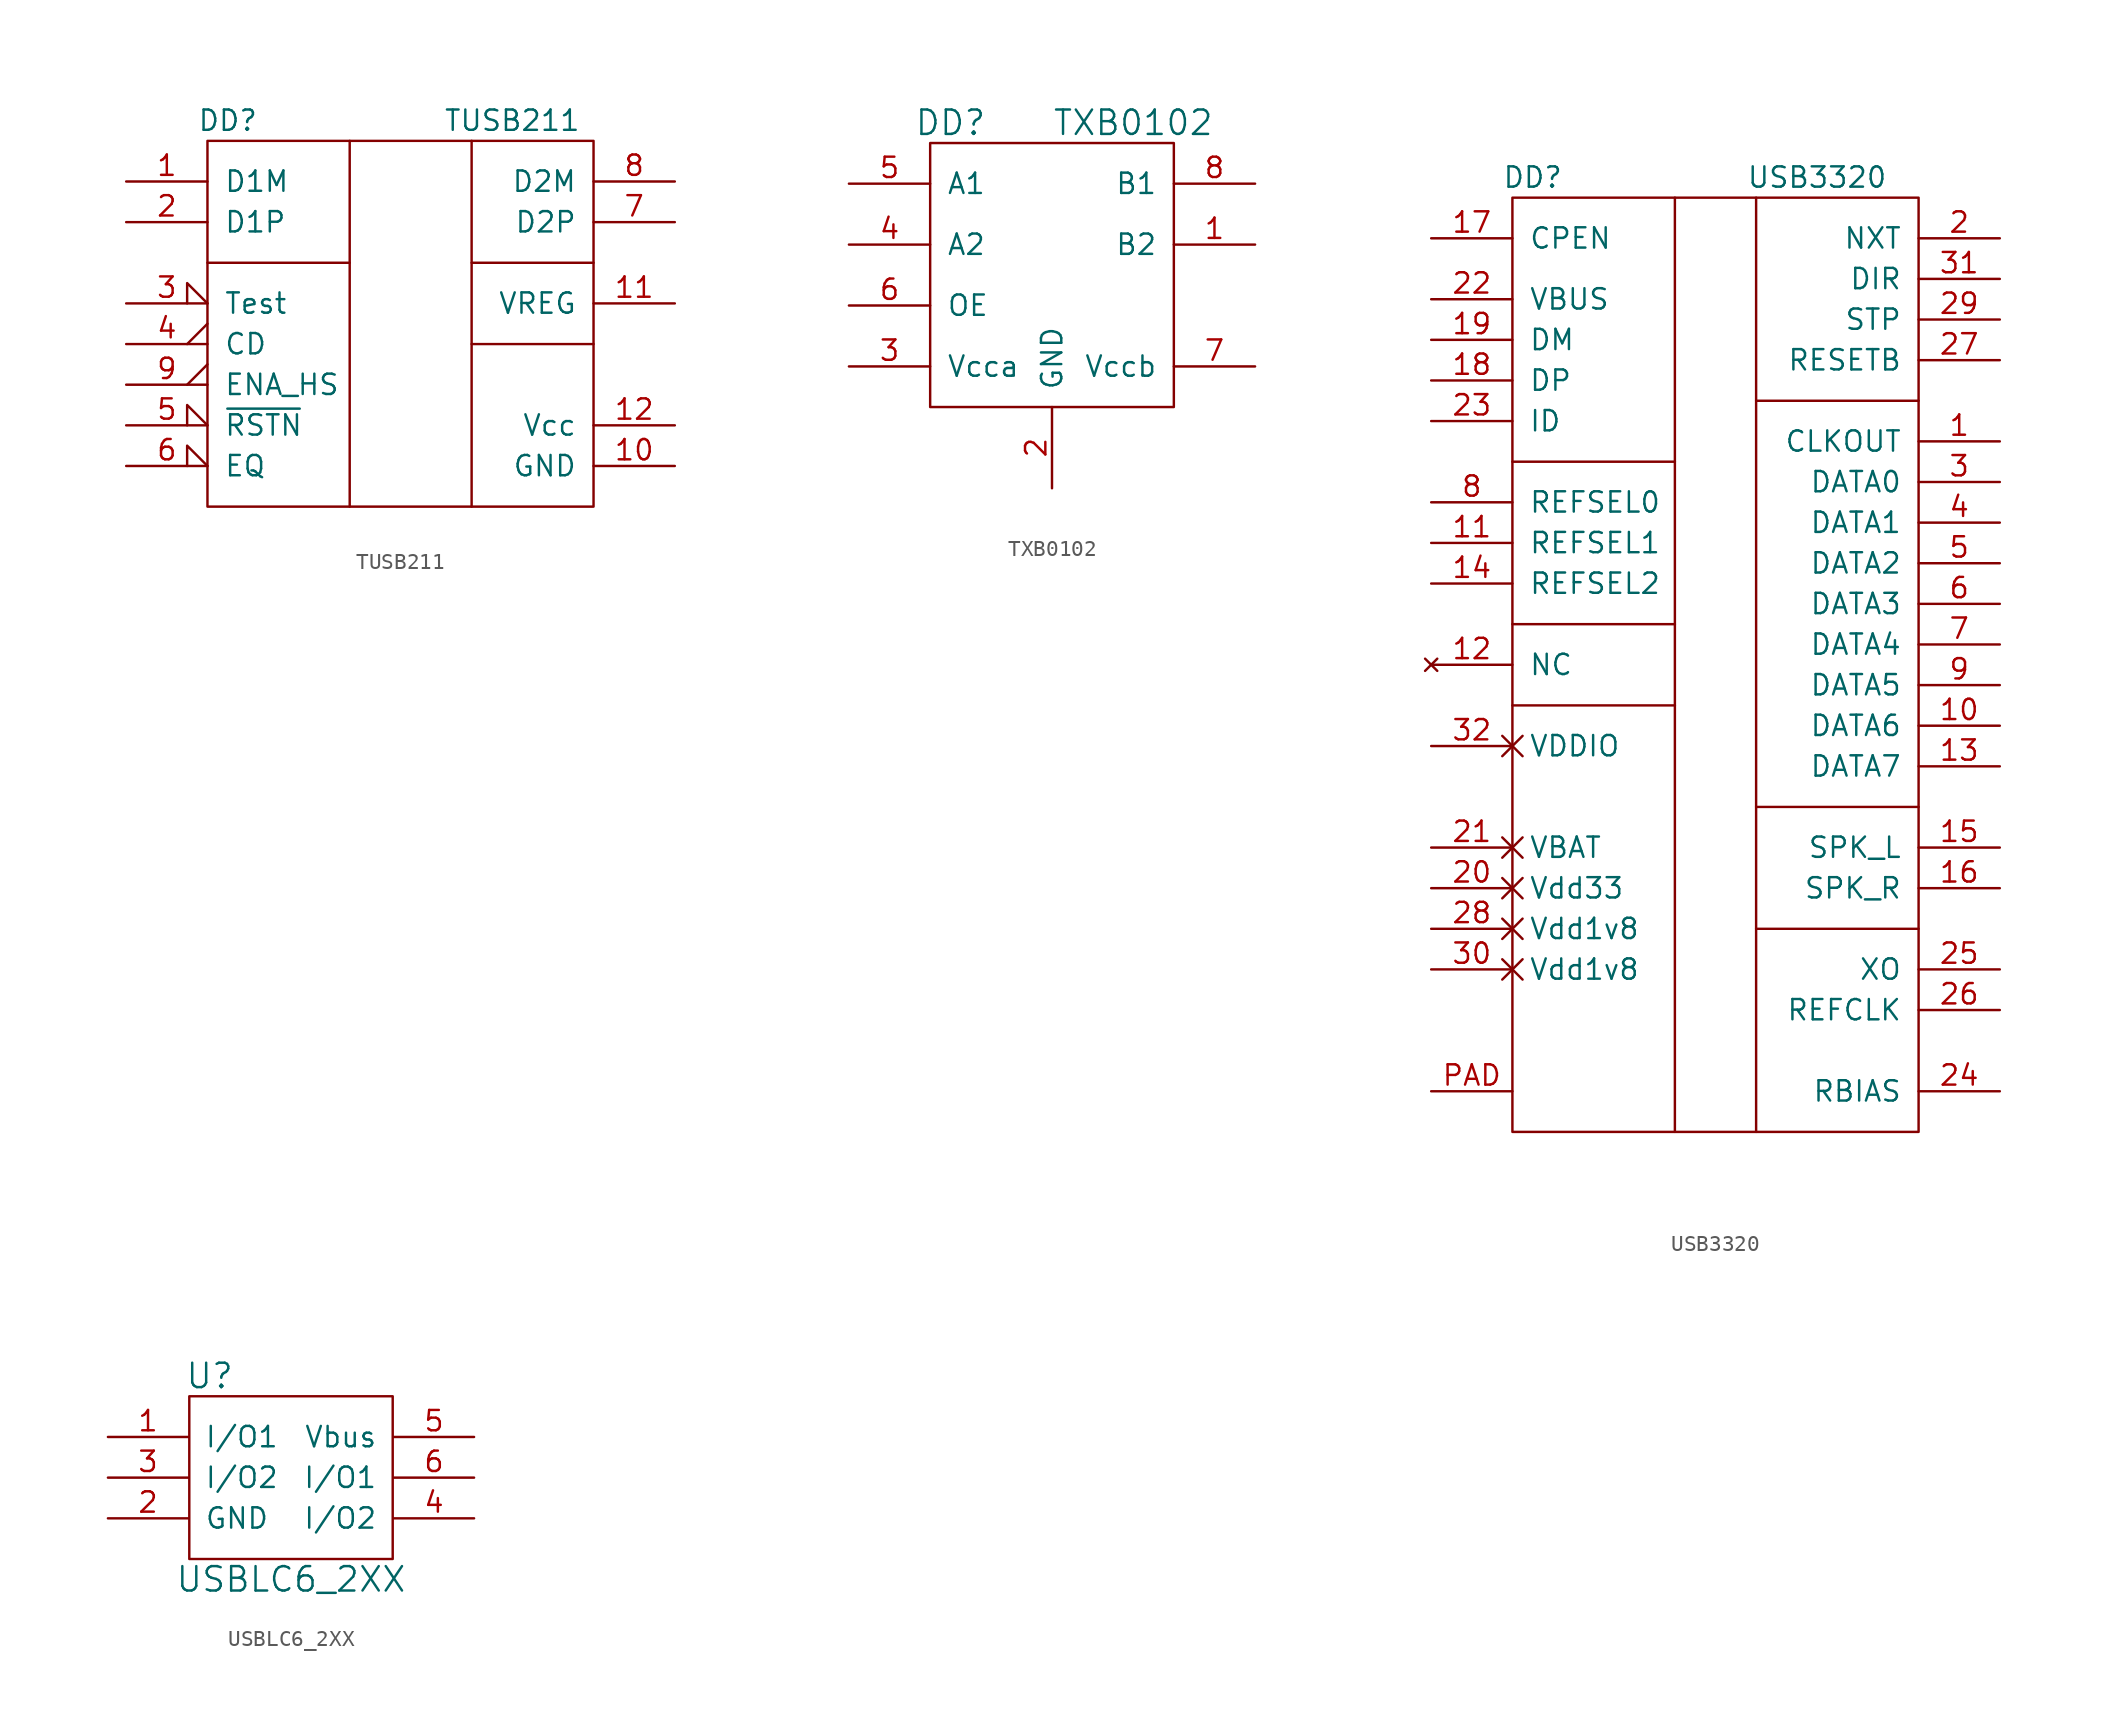
<source format=kicad_sym>
(kicad_symbol_lib
  (version 20231120)
  (generator "kicad_symbol_editor")
  (generator_version "8.0")
  (symbol "TUSB211"
    (pin_names
      (offset 1.016))
    (property "Reference" "DD"
      (at -11.43 12.7 0)
      (effects (font (size 1.27 1.27))))
    (property "Value" "TUSB211"
      (at 6.35 12.7 0)
      (effects (font (size 1.27 1.27))))
    (symbol "TUSB211_0_1"
      (rectangle (start -12.7 11.43) (end 11.43 -11.43) (stroke (width 0) (type default)) (fill (type none)))
      (polyline (pts (xy -12.7 3.81) (xy -3.81 3.81)) (stroke (width 0) (type default)) (fill (type none)))
      (polyline (pts (xy -3.81 -11.43) (xy -3.81 11.43)) (stroke (width 0) (type default)) (fill (type none)))
      (polyline (pts (xy 3.81 -11.43) (xy 3.81 11.43)) (stroke (width 0) (type default)) (fill (type none)))
      (polyline (pts (xy 3.81 -1.27) (xy 11.43 -1.27)) (stroke (width 0) (type default)) (fill (type none)))
      (polyline (pts (xy 3.81 3.81) (xy 11.43 3.81)) (stroke (width 0) (type default)) (fill (type none))))
    (symbol "TUSB211_1_1"
      (pin passive line (at -17.78 8.89 0) (length 5.08) (name "D1M" (effects (font (size 1.27 1.27)))) (number "1" (effects (font (size 1.27 1.27)))))
      (pin power_in line (at 16.51 -8.89 180) (length 5.08) (name "GND" (effects (font (size 1.27 1.27)))) (number "10" (effects (font (size 1.27 1.27)))))
      (pin passive line (at 16.51 1.27 180) (length 5.08) (name "VREG" (effects (font (size 1.27 1.27)))) (number "11" (effects (font (size 1.27 1.27)))))
      (pin power_in line (at 16.51 -6.35 180) (length 5.08) (name "Vcc" (effects (font (size 1.27 1.27)))) (number "12" (effects (font (size 1.27 1.27)))))
      (pin passive line (at -17.78 6.35 0) (length 5.08) (name "D1P" (effects (font (size 1.27 1.27)))) (number "2" (effects (font (size 1.27 1.27)))))
      (pin passive input_low (at -17.78 1.27 0) (length 5.08) (name "Test" (effects (font (size 1.27 1.27)))) (number "3" (effects (font (size 1.27 1.27)))))
      (pin passive output_low (at -17.78 -1.27 0) (length 5.08) (name "CD" (effects (font (size 1.27 1.27)))) (number "4" (effects (font (size 1.27 1.27)))))
      (pin passive input_low (at -17.78 -6.35 0) (length 5.08) (name "~{RSTN}" (effects (font (size 1.27 1.27)))) (number "5" (effects (font (size 1.27 1.27)))))
      (pin passive input_low (at -17.78 -8.89 0) (length 5.08) (name "EQ" (effects (font (size 1.27 1.27)))) (number "6" (effects (font (size 1.27 1.27)))))
      (pin passive line (at 16.51 6.35 180) (length 5.08) (name "D2P" (effects (font (size 1.27 1.27)))) (number "7" (effects (font (size 1.27 1.27)))))
      (pin passive line (at 16.51 8.89 180) (length 5.08) (name "D2M" (effects (font (size 1.27 1.27)))) (number "8" (effects (font (size 1.27 1.27)))))
      (pin passive output_low (at -17.78 -3.81 0) (length 5.08) (name "ENA_HS" (effects (font (size 1.27 1.27)))) (number "9" (effects (font (size 1.27 1.27)))))))
  (symbol "TXB0102"
    (pin_names
      (offset 1.016))
    (property "Reference" "DD"
      (at -6.35 8.89 0)
      (effects (font (size 1.524 1.524))))
    (property "Value" "TXB0102"
      (at 5.08 8.89 0)
      (effects (font (size 1.524 1.524))))
    (symbol "TXB0102_0_1"
      (rectangle (start -7.62 7.62) (end 7.62 -8.89) (stroke (width 0) (type default)) (fill (type none))))
    (symbol "TXB0102_1_1"
      (pin passive line (at 12.7 1.27 180) (length 5.08) (name "B2" (effects (font (size 1.27 1.27)))) (number "1" (effects (font (size 1.27 1.27)))))
      (pin power_in line (at 0 -13.97 90) (length 5.08) (name "GND" (effects (font (size 1.27 1.27)))) (number "2" (effects (font (size 1.27 1.27)))))
      (pin power_in line (at -12.7 -6.35 0) (length 5.08) (name "Vcca" (effects (font (size 1.27 1.27)))) (number "3" (effects (font (size 1.27 1.27)))))
      (pin passive line (at -12.7 1.27 0) (length 5.08) (name "A2" (effects (font (size 1.27 1.27)))) (number "4" (effects (font (size 1.27 1.27)))))
      (pin passive line (at -12.7 5.08 0) (length 5.08) (name "A1" (effects (font (size 1.27 1.27)))) (number "5" (effects (font (size 1.27 1.27)))))
      (pin passive line (at -12.7 -2.54 0) (length 5.08) (name "OE" (effects (font (size 1.27 1.27)))) (number "6" (effects (font (size 1.27 1.27)))))
      (pin power_in line (at 12.7 -6.35 180) (length 5.08) (name "Vccb" (effects (font (size 1.27 1.27)))) (number "7" (effects (font (size 1.27 1.27)))))
      (pin passive line (at 12.7 5.08 180) (length 5.08) (name "B1" (effects (font (size 1.27 1.27)))) (number "8" (effects (font (size 1.27 1.27)))))))
  (symbol "USB3320"
    (pin_names
      (offset 1.016))
    (property "Reference" "DD"
      (at -10.16 15.24 0)
      (effects (font (size 1.27 1.27))))
    (property "Value" "USB3320"
      (at 7.62 15.24 0)
      (effects (font (size 1.27 1.27))))
    (symbol "USB3320_0_1"
      (rectangle (start -11.43 13.97) (end 13.97 -44.45) (stroke (width 0) (type default)) (fill (type none)))
      (polyline (pts (xy -11.43 -17.78) (xy -1.27 -17.78)) (stroke (width 0) (type default)) (fill (type none)))
      (polyline (pts (xy -11.43 -12.7) (xy -1.27 -12.7)) (stroke (width 0) (type default)) (fill (type none)))
      (polyline (pts (xy -11.43 -2.54) (xy -1.27 -2.54)) (stroke (width 0) (type default)) (fill (type none)))
      (polyline (pts (xy -1.27 13.97) (xy -1.27 -44.45)) (stroke (width 0) (type default)) (fill (type none)))
      (polyline (pts (xy 3.81 -31.75) (xy 13.97 -31.75)) (stroke (width 0) (type default)) (fill (type none)))
      (polyline (pts (xy 3.81 -24.13) (xy 13.97 -24.13)) (stroke (width 0) (type default)) (fill (type none)))
      (polyline (pts (xy 3.81 1.27) (xy 13.97 1.27)) (stroke (width 0) (type default)) (fill (type none)))
      (polyline (pts (xy 3.81 13.97) (xy 3.81 -44.45)) (stroke (width 0) (type default)) (fill (type none))))
    (symbol "USB3320_1_1"
      (pin passive line (at 19.05 -1.27 180) (length 5.08) (name "CLKOUT" (effects (font (size 1.27 1.27)))) (number "1" (effects (font (size 1.27 1.27)))))
      (pin passive line (at 19.05 -19.05 180) (length 5.08) (name "DATA6" (effects (font (size 1.27 1.27)))) (number "10" (effects (font (size 1.27 1.27)))))
      (pin passive line (at -16.51 -7.62 0) (length 5.08) (name "REFSEL1" (effects (font (size 1.27 1.27)))) (number "11" (effects (font (size 1.27 1.27)))))
      (pin no_connect line (at -16.51 -15.24 0) (length 5.08) (name "NC" (effects (font (size 1.27 1.27)))) (number "12" (effects (font (size 1.27 1.27)))))
      (pin passive line (at 19.05 -21.59 180) (length 5.08) (name "DATA7" (effects (font (size 1.27 1.27)))) (number "13" (effects (font (size 1.27 1.27)))))
      (pin passive line (at -16.51 -10.16 0) (length 5.08) (name "REFSEL2" (effects (font (size 1.27 1.27)))) (number "14" (effects (font (size 1.27 1.27)))))
      (pin passive line (at 19.05 -26.67 180) (length 5.08) (name "SPK_L" (effects (font (size 1.27 1.27)))) (number "15" (effects (font (size 1.27 1.27)))))
      (pin passive line (at 19.05 -29.21 180) (length 5.08) (name "SPK_R" (effects (font (size 1.27 1.27)))) (number "16" (effects (font (size 1.27 1.27)))))
      (pin passive line (at -16.51 11.43 0) (length 5.08) (name "CPEN" (effects (font (size 1.27 1.27)))) (number "17" (effects (font (size 1.27 1.27)))))
      (pin passive line (at -16.51 2.54 0) (length 5.08) (name "DP" (effects (font (size 1.27 1.27)))) (number "18" (effects (font (size 1.27 1.27)))))
      (pin passive line (at -16.51 5.08 0) (length 5.08) (name "DM" (effects (font (size 1.27 1.27)))) (number "19" (effects (font (size 1.27 1.27)))))
      (pin passive line (at 19.05 11.43 180) (length 5.08) (name "NXT" (effects (font (size 1.27 1.27)))) (number "2" (effects (font (size 1.27 1.27)))))
      (pin power_in non_logic (at -16.51 -29.21 0) (length 5.08) (name "Vdd33" (effects (font (size 1.27 1.27)))) (number "20" (effects (font (size 1.27 1.27)))))
      (pin power_in non_logic (at -16.51 -26.67 0) (length 5.08) (name "VBAT" (effects (font (size 1.27 1.27)))) (number "21" (effects (font (size 1.27 1.27)))))
      (pin passive line (at -16.51 7.62 0) (length 5.08) (name "VBUS" (effects (font (size 1.27 1.27)))) (number "22" (effects (font (size 1.27 1.27)))))
      (pin passive line (at -16.51 0 0) (length 5.08) (name "ID" (effects (font (size 1.27 1.27)))) (number "23" (effects (font (size 1.27 1.27)))))
      (pin passive line (at 19.05 -41.91 180) (length 5.08) (name "RBIAS" (effects (font (size 1.27 1.27)))) (number "24" (effects (font (size 1.27 1.27)))))
      (pin passive line (at 19.05 -34.29 180) (length 5.08) (name "XO" (effects (font (size 1.27 1.27)))) (number "25" (effects (font (size 1.27 1.27)))))
      (pin passive line (at 19.05 -36.83 180) (length 5.08) (name "REFCLK" (effects (font (size 1.27 1.27)))) (number "26" (effects (font (size 1.27 1.27)))))
      (pin passive line (at 19.05 3.81 180) (length 5.08) (name "RESETB" (effects (font (size 1.27 1.27)))) (number "27" (effects (font (size 1.27 1.27)))))
      (pin passive non_logic (at -16.51 -31.75 0) (length 5.08) (name "Vdd1v8" (effects (font (size 1.27 1.27)))) (number "28" (effects (font (size 1.27 1.27)))))
      (pin passive line (at 19.05 6.35 180) (length 5.08) (name "STP" (effects (font (size 1.27 1.27)))) (number "29" (effects (font (size 1.27 1.27)))))
      (pin passive line (at 19.05 -3.81 180) (length 5.08) (name "DATA0" (effects (font (size 1.27 1.27)))) (number "3" (effects (font (size 1.27 1.27)))))
      (pin passive non_logic (at -16.51 -34.29 0) (length 5.08) (name "Vdd1v8" (effects (font (size 1.27 1.27)))) (number "30" (effects (font (size 1.27 1.27)))))
      (pin passive line (at 19.05 8.89 180) (length 5.08) (name "DIR" (effects (font (size 1.27 1.27)))) (number "31" (effects (font (size 1.27 1.27)))))
      (pin passive non_logic (at -16.51 -20.32 0) (length 5.08) (name "VDDIO" (effects (font (size 1.27 1.27)))) (number "32" (effects (font (size 1.27 1.27)))))
      (pin passive line (at 19.05 -6.35 180) (length 5.08) (name "DATA1" (effects (font (size 1.27 1.27)))) (number "4" (effects (font (size 1.27 1.27)))))
      (pin passive line (at 19.05 -8.89 180) (length 5.08) (name "DATA2" (effects (font (size 1.27 1.27)))) (number "5" (effects (font (size 1.27 1.27)))))
      (pin passive line (at 19.05 -11.43 180) (length 5.08) (name "DATA3" (effects (font (size 1.27 1.27)))) (number "6" (effects (font (size 1.27 1.27)))))
      (pin passive line (at 19.05 -13.97 180) (length 5.08) (name "DATA4" (effects (font (size 1.27 1.27)))) (number "7" (effects (font (size 1.27 1.27)))))
      (pin passive line (at -16.51 -5.08 0) (length 5.08) (name "REFSEL0" (effects (font (size 1.27 1.27)))) (number "8" (effects (font (size 1.27 1.27)))))
      (pin passive line (at 19.05 -16.51 180) (length 5.08) (name "DATA5" (effects (font (size 1.27 1.27)))) (number "9" (effects (font (size 1.27 1.27)))))
      (pin passive line (at -16.51 -41.91 0) (length 5.08) (name "~" (effects (font (size 1.27 1.27)))) (number "PAD" (effects (font (size 1.27 1.27)))))))
  (symbol "USBLC6_2XX"
    (pin_names
      (offset 1.016))
    (property "Reference" "U"
      (at -5.08 6.35 0)
      (effects (font (size 1.524 1.524))))
    (property "Value" "USBLC6_2XX"
      (at 0 -6.35 0)
      (effects (font (size 1.524 1.524))))
    (property "Footprint" ""
      (at 0 0 0)
      (effects (font (size 1.524 1.524))))
    (property "Datasheet" ""
      (at 0 0 0)
      (effects (font (size 1.524 1.524))))
    (symbol "USBLC6_2XX_0_1"
      (rectangle (start -6.35 5.08) (end 6.35 -5.08) (stroke (width 0) (type default)) (fill (type none))))
    (symbol "USBLC6_2XX_1_1"
      (pin input line (at -11.43 2.54 0) (length 5.004) (name "I/O1" (effects (font (size 1.27 1.27)))) (number "1" (effects (font (size 1.27 1.27)))))
      (pin power_in line (at -11.43 -2.54 0) (length 5.004) (name "GND" (effects (font (size 1.27 1.27)))) (number "2" (effects (font (size 1.27 1.27)))))
      (pin bidirectional line (at -11.43 0 0) (length 5.004) (name "I/O2" (effects (font (size 1.27 1.27)))) (number "3" (effects (font (size 1.27 1.27)))))
      (pin bidirectional line (at 11.43 -2.54 180) (length 5.004) (name "I/O2" (effects (font (size 1.27 1.27)))) (number "4" (effects (font (size 1.27 1.27)))))
      (pin input line (at 11.43 2.54 180) (length 5.004) (name "Vbus" (effects (font (size 1.27 1.27)))) (number "5" (effects (font (size 1.27 1.27)))))
      (pin bidirectional line (at 11.43 0 180) (length 5.004) (name "I/O1" (effects (font (size 1.27 1.27)))) (number "6" (effects (font (size 1.27 1.27))))))))
</source>
